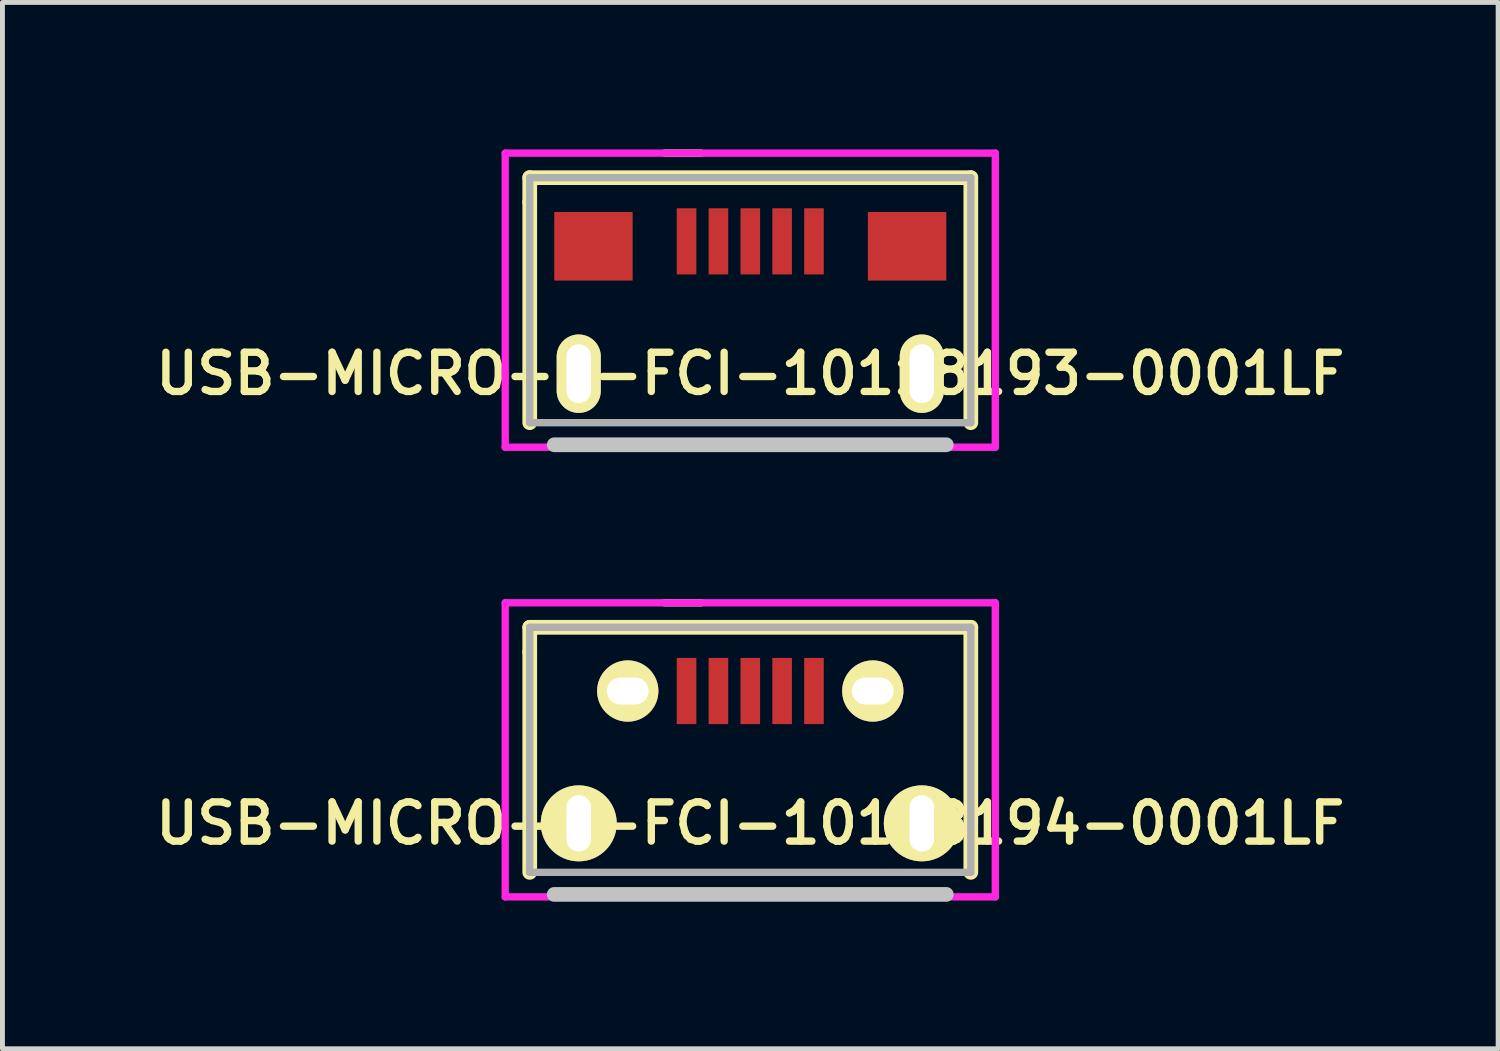
<source format=kicad_pcb>
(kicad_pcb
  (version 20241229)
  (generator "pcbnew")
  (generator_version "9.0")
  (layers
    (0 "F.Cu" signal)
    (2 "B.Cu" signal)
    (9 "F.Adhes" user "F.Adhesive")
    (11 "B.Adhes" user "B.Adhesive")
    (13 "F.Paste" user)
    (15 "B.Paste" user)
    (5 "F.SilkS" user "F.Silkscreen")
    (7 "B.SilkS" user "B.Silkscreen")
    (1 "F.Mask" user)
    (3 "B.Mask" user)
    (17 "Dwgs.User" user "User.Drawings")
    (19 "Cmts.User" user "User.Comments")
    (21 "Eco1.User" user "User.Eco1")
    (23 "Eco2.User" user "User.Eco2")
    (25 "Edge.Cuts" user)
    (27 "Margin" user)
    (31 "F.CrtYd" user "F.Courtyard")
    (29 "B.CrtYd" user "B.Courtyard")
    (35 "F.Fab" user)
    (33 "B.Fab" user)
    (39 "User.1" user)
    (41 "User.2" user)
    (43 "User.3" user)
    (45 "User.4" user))
  (footprint "USB-MICRO-B-FCI-10118194-0001LF"
    (layer "F.Cu")
    (at 12.259 13.75)
    (property "Reference" "USB-MICRO-B-FCI-10118194-0001LF" (at 0 0 0) (layer "F.SilkS") (effects (font (size 0.8 0.8) (thickness 0.15))))
    (attr smd)
    (fp_line (start -4.5 -4) (end 4.5 -4) (stroke (width 0.3) (type solid)) (layer "F.SilkS"))
    (fp_line (start -4.5 -3.5) (end -4.5 -4) (stroke (width 0.3) (type solid)) (layer "F.SilkS"))
    (fp_line (start -4.5 1) (end -4.5 -3.5) (stroke (width 0.3) (type solid)) (layer "F.SilkS"))
    (fp_line (start -1.75 -4.5) (end -1 -4.5) (stroke (width 0.15) (type solid)) (layer "F.SilkS"))
    (fp_line (start 4.5 -4) (end 4.5 1) (stroke (width 0.3) (type solid)) (layer "F.SilkS"))
    (fp_line (start -4 1.45) (end 4 1.45) (stroke (width 0.3) (type solid)) (layer "Dwgs.User"))
    (fp_line (start -5 -4.5) (end 5 -4.5) (stroke (width 0.15) (type solid)) (layer "F.CrtYd"))
    (fp_line (start -5 1.5) (end -5 -4.5) (stroke (width 0.15) (type solid)) (layer "F.CrtYd"))
    (fp_line (start 5 -4.5) (end 5 1.5) (stroke (width 0.15) (type solid)) (layer "F.CrtYd"))
    (fp_line (start 5 1.5) (end -5 1.5) (stroke (width 0.15) (type solid)) (layer "F.CrtYd"))
    (fp_line (start -4.5 -4) (end -4.5 1) (stroke (width 0.15) (type solid)) (layer "F.Fab"))
    (fp_line (start -4.5 1) (end 4.5 1) (stroke (width 0.15) (type solid)) (layer "F.Fab"))
    (fp_line (start 4.5 -4) (end -4.5 -4) (stroke (width 0.15) (type solid)) (layer "F.Fab"))
    (fp_line (start 4.5 1) (end 4.5 -4) (stroke (width 0.15) (type solid)) (layer "F.Fab"))
    (pad "1" smd rect (at -1.3 -2.7) (size 0.4 1.35) (layers "F.Cu" "F.Mask" "F.Paste"))
    (pad "2" smd rect (at -0.65 -2.7) (size 0.4 1.35) (layers "F.Cu" "F.Mask" "F.Paste"))
    (pad "3" smd rect (at 0 -2.7) (size 0.4 1.35) (layers "F.Cu" "F.Mask" "F.Paste"))
    (pad "4" smd rect (at 0.65 -2.7) (size 0.4 1.35) (layers "F.Cu" "F.Mask" "F.Paste"))
    (pad "5" smd rect (at 1.3 -2.7) (size 0.4 1.35) (layers "F.Cu" "F.Mask" "F.Paste"))
    (pad "6" thru_hole oval (at -3.5 0) (size 1.55 1.55) (drill oval 0.5 1.15) (layers "*.Cu" "*.Mask" "F.SilkS"))
    (pad "6" thru_hole oval (at -2.5 -2.7) (size 1.25 1.25) (drill oval 0.85 0.55) (layers "*.Cu" "*.Mask" "F.SilkS"))
    (pad "6" thru_hole oval (at 2.5 -2.7) (size 1.25 1.25) (drill oval 0.85 0.55) (layers "*.Cu" "*.Mask" "F.SilkS"))
    (pad "6" thru_hole oval (at 3.5 0) (size 1.55 1.55) (drill oval 0.5 1.15) (layers "*.Cu" "*.Mask" "F.SilkS")))
  (footprint "USB-MICRO-B-FCI-10118193-0001LF"
    (layer "F.Cu")
    (at 12.259 4.575)
    (property "Reference" "USB-MICRO-B-FCI-10118193-0001LF" (at 0 0 0) (layer "F.SilkS") (effects (font (size 0.8 0.8) (thickness 0.15))))
    (attr smd)
    (fp_line (start -4.5 -4) (end 4.5 -4) (stroke (width 0.3) (type solid)) (layer "F.SilkS"))
    (fp_line (start -4.5 -3.5) (end -4.5 -4) (stroke (width 0.3) (type solid)) (layer "F.SilkS"))
    (fp_line (start -4.5 1) (end -4.5 -3.5) (stroke (width 0.3) (type solid)) (layer "F.SilkS"))
    (fp_line (start -1.75 -4.5) (end -1 -4.5) (stroke (width 0.15) (type solid)) (layer "F.SilkS"))
    (fp_line (start 4.5 -4) (end 4.5 1) (stroke (width 0.3) (type solid)) (layer "F.SilkS"))
    (fp_line (start -4 1.45) (end 4 1.45) (stroke (width 0.3) (type solid)) (layer "Dwgs.User"))
    (fp_line (start -5 -4.5) (end 5 -4.5) (stroke (width 0.15) (type solid)) (layer "F.CrtYd"))
    (fp_line (start -5 1.5) (end -5 -4.5) (stroke (width 0.15) (type solid)) (layer "F.CrtYd"))
    (fp_line (start 5 -4.5) (end 5 1.5) (stroke (width 0.15) (type solid)) (layer "F.CrtYd"))
    (fp_line (start 5 1.5) (end -5 1.5) (stroke (width 0.15) (type solid)) (layer "F.CrtYd"))
    (fp_line (start -4.5 -4) (end -4.5 1) (stroke (width 0.15) (type solid)) (layer "F.Fab"))
    (fp_line (start -4.5 1) (end 4.5 1) (stroke (width 0.15) (type solid)) (layer "F.Fab"))
    (fp_line (start 4.5 -4) (end -4.5 -4) (stroke (width 0.15) (type solid)) (layer "F.Fab"))
    (fp_line (start 4.5 1) (end 4.5 -4) (stroke (width 0.15) (type solid)) (layer "F.Fab"))
    (pad "1" smd rect (at -1.3 -2.7) (size 0.4 1.35) (layers "F.Cu" "F.Mask" "F.Paste"))
    (pad "2" smd rect (at -0.65 -2.7) (size 0.4 1.35) (layers "F.Cu" "F.Mask" "F.Paste"))
    (pad "3" smd rect (at 0 -2.7) (size 0.4 1.35) (layers "F.Cu" "F.Mask" "F.Paste"))
    (pad "4" smd rect (at 0.65 -2.7) (size 0.4 1.35) (layers "F.Cu" "F.Mask" "F.Paste"))
    (pad "5" smd rect (at 1.3 -2.7) (size 0.4 1.35) (layers "F.Cu" "F.Mask" "F.Paste"))
    (pad "6" thru_hole oval (at -3.5 0) (size 0.9 1.6) (drill oval 0.5 1.2) (layers "*.Cu" "*.Mask" "F.SilkS"))
    (pad "6" smd rect (at -3.2 -2.6) (size 1.6 1.4) (layers "F.Cu" "F.Mask" "F.Paste"))
    (pad "6" smd rect (at 3.2 -2.6) (size 1.6 1.4) (layers "F.Cu" "F.Mask" "F.Paste"))
    (pad "6" thru_hole oval (at 3.5 0) (size 0.9 1.6) (drill oval 0.5 1.2) (layers "*.Cu" "*.Mask" "F.SilkS")))
  (gr_rect
    (start -3 -3)
    (end 27.519 18.35)
    (stroke (width 0.1) (type default))
    (fill no)
    (layer "Edge.Cuts")))
</source>
